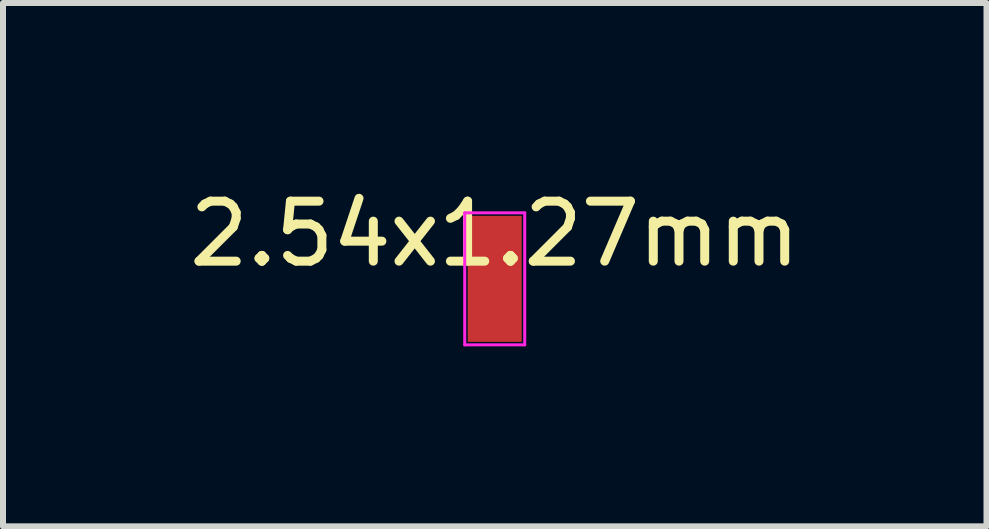
<source format=kicad_pcb>
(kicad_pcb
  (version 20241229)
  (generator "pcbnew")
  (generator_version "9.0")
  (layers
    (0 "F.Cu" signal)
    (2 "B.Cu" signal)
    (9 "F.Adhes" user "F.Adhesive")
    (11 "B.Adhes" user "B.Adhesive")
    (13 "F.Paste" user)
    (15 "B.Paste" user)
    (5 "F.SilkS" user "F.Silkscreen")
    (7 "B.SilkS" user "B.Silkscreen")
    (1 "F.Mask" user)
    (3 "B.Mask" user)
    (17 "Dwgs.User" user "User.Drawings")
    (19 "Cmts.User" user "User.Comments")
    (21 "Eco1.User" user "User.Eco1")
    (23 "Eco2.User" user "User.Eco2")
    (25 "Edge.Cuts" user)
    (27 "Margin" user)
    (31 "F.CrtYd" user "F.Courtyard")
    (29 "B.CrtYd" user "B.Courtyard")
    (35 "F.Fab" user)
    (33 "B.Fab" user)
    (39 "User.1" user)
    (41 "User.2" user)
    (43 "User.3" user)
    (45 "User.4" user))
  (footprint "2.54x1.27mm"
    (layer "F.Cu")
    (at 5.196 1.598)
    (property "Reference" "2.54x1.27mm" (at 0 -0.75 0) (layer "F.SilkS") (effects (font (size 1 1) (thickness 0.15))))
    (attr exclude_from_pos_files exclude_from_bom)
    (fp_line (start -0.5 -1.1) (end -0.5 1.1) (stroke (width 0.05) (type solid)) (layer "F.CrtYd"))
    (fp_line (start -0.5 -1.1) (end 0.5 -1.1) (stroke (width 0.05) (type solid)) (layer "F.CrtYd"))
    (fp_line (start 0.5 1.1) (end -0.5 1.1) (stroke (width 0.05) (type solid)) (layer "F.CrtYd"))
    (fp_line (start 0.5 1.1) (end 0.5 -1.1) (stroke (width 0.05) (type solid)) (layer "F.CrtYd"))
    (pad "1" smd rect (at 0 0) (size 0.9 2.1) (layers "F.Cu" "F.Mask")))
  (gr_rect
    (start -3 -3)
    (end 13.393 5.723)
    (stroke (width 0.1) (type default))
    (fill no)
    (layer "Edge.Cuts")))
</source>
